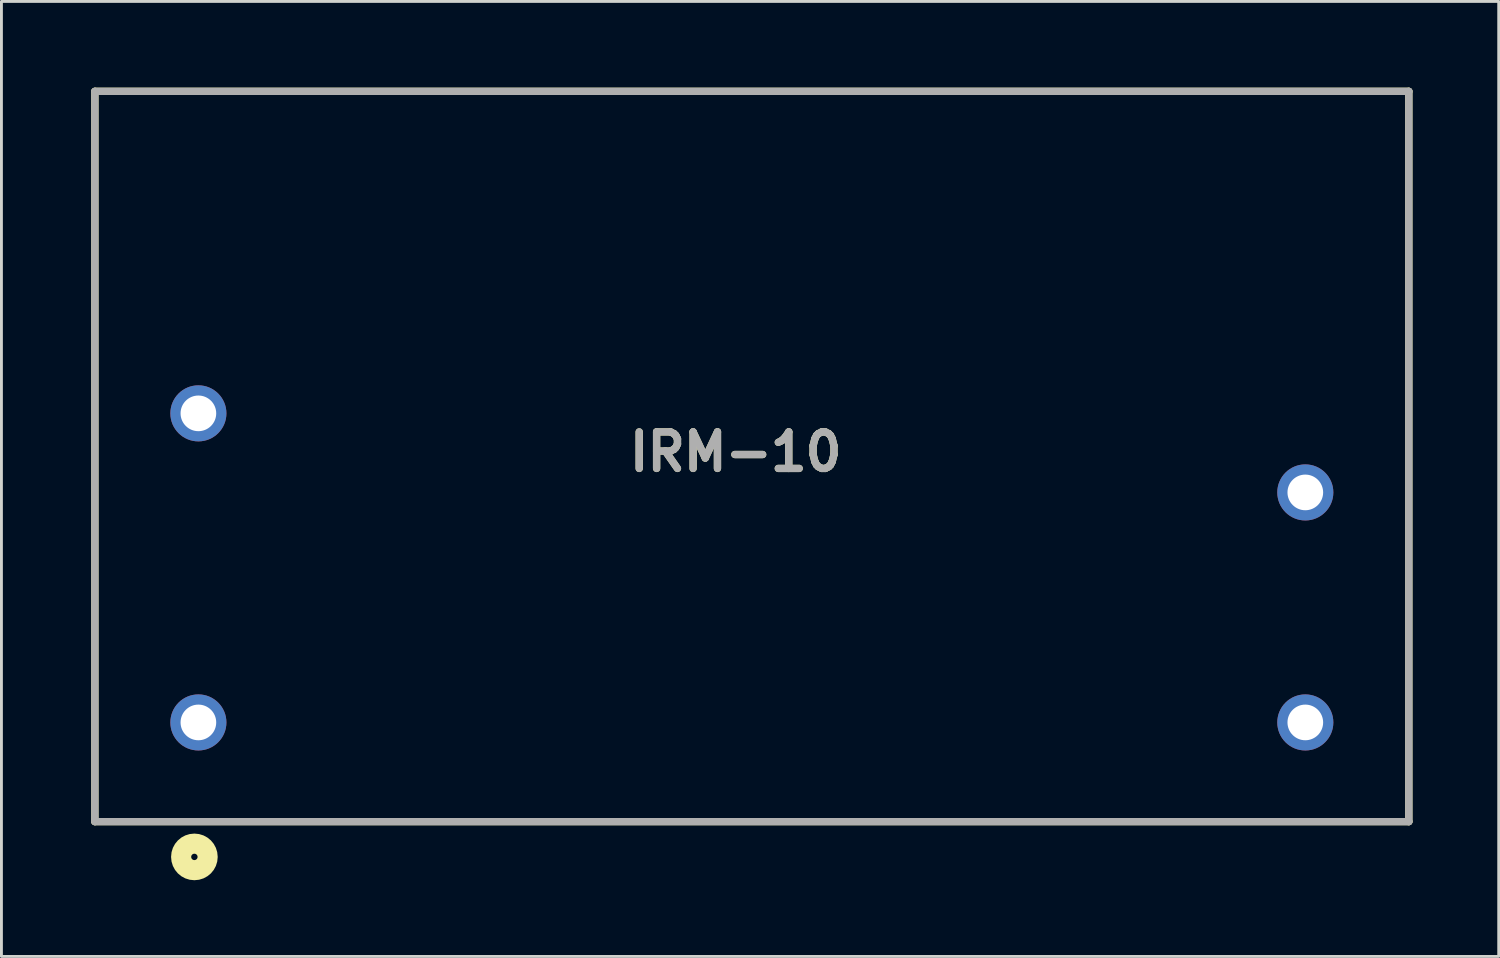
<source format=kicad_pcb>
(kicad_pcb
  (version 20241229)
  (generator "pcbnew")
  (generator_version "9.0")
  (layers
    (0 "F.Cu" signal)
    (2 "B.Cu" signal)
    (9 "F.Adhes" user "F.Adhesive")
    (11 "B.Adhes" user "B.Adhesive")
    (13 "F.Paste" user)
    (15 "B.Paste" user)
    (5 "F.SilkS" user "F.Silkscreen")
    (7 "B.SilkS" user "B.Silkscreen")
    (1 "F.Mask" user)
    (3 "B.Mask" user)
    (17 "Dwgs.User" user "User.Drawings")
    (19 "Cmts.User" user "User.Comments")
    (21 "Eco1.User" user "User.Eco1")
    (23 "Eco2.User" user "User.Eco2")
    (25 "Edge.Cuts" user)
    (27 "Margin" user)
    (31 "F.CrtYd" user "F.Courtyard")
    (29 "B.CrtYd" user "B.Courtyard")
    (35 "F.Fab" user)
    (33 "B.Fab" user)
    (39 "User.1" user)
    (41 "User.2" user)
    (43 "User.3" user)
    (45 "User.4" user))
  (footprint "IRM-10"
    (layer "F.Cu")
    (at 0.25 25.527)
    (property "Reference" "IRM-10" (at 22.289 -12.859 0) (layer "F.SilkS") (effects (font (size 1.27 1.27) (thickness 0.254))))
    (attr through_hole)
    (fp_line (start 0 -25.4) (end 45.7 -25.4) (stroke (width 0.254) (type solid)) (layer "F.SilkS"))
    (fp_line (start 0 0) (end 0 -25.4) (stroke (width 0.254) (type solid)) (layer "F.SilkS"))
    (fp_line (start 45.7 -25.4) (end 45.7 0) (stroke (width 0.254) (type solid)) (layer "F.SilkS"))
    (fp_line (start 45.7 0) (end 0 0) (stroke (width 0.254) (type solid)) (layer "F.SilkS"))
    (fp_circle (center 3.461 1.227) (end 3.461 1.338) (stroke (width 0.7) (type solid)) (fill no) (layer "F.SilkS"))
    (fp_line (start 0 -25.4) (end 45.7 -25.4) (stroke (width 0.254) (type solid)) (layer "F.Fab"))
    (fp_line (start 0 0) (end 0 -25.4) (stroke (width 0.254) (type solid)) (layer "F.Fab"))
    (fp_line (start 45.7 -25.4) (end 45.7 0) (stroke (width 0.254) (type solid)) (layer "F.Fab"))
    (fp_line (start 45.7 0) (end 0 0) (stroke (width 0.254) (type solid)) (layer "F.Fab"))
    (fp_text user "${REFERENCE}" (at 22.289 -12.859 0) (layer "F.Fab") (effects (font (size 1.27 1.27) (thickness 0.254))))
    (pad "1" thru_hole circle (at 3.6 -3.45) (size 1.95 1.95) (drill 1.24) (layers "*.Cu" "*.Mask"))
    (pad "2" thru_hole circle (at 42.1 -3.45) (size 1.95 1.95) (drill 1.24) (layers "*.Cu" "*.Mask"))
    (pad "3" thru_hole circle (at 42.1 -11.45) (size 1.95 1.95) (drill 1.24) (layers "*.Cu" "*.Mask"))
    (pad "4" thru_hole circle (at 3.6 -14.2) (size 1.95 1.95) (drill 1.24) (layers "*.Cu" "*.Mask")))
  (gr_rect
    (start -3 -3)
    (end 49.077 30.215)
    (stroke (width 0.1) (type default))
    (fill no)
    (layer "Edge.Cuts")))
</source>
